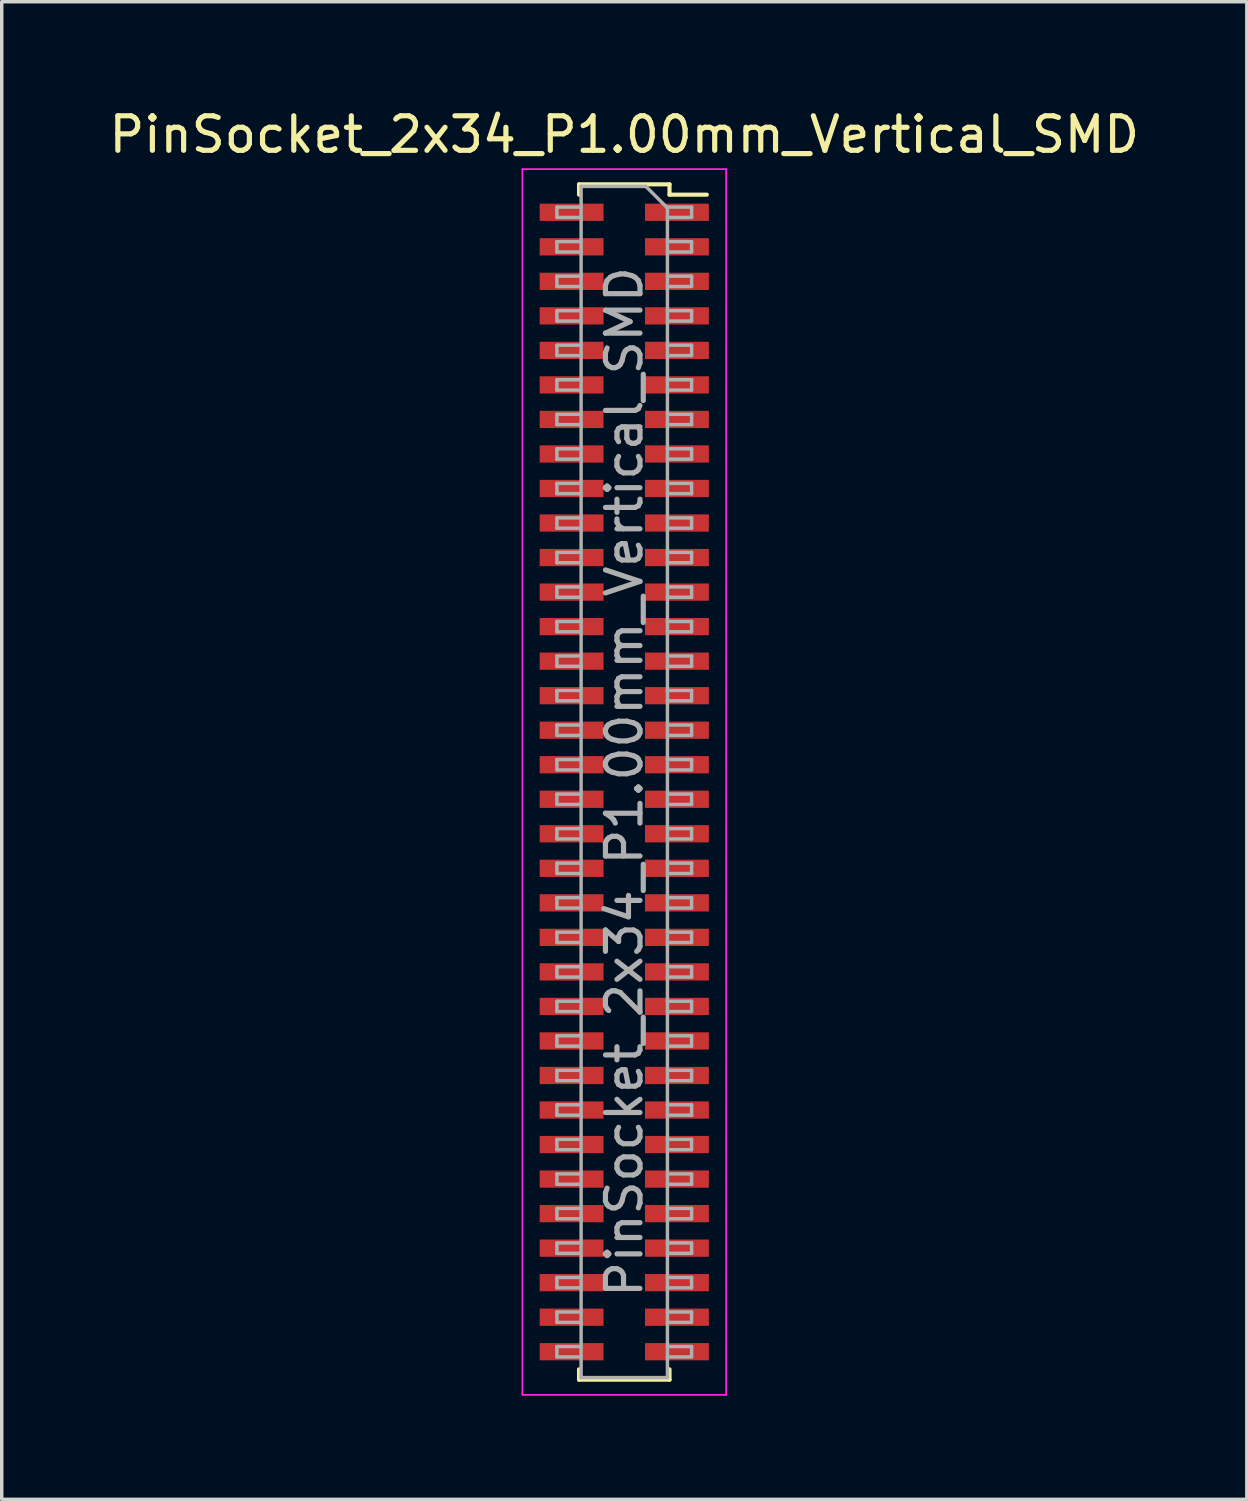
<source format=kicad_pcb>
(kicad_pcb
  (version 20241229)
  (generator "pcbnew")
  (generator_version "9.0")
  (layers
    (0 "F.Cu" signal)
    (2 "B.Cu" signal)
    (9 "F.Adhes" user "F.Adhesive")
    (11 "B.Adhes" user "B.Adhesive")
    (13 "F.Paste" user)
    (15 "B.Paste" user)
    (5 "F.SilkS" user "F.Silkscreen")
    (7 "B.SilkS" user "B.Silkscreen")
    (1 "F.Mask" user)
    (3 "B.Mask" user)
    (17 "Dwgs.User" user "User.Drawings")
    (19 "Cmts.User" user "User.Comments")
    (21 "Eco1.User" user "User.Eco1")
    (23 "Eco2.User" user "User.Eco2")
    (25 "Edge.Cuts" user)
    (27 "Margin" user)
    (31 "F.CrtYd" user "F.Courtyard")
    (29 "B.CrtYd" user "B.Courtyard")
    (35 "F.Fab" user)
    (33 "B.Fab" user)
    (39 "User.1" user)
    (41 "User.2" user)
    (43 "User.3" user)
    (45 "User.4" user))
  (footprint "PinSocket_2x34_P1.00mm_Vertical_SMD"
    (layer "F.Cu")
    (at 15.03 19.598)
    (property "Reference" "PinSocket_2x34_P1.00mm_Vertical_SMD" (at 0 -18.75 0) (layer "F.SilkS") (effects (font (size 1 1) (thickness 0.15))))
    (attr smd)
    (fp_line (start -1.31 -17.31) (end -1.31 -17.01) (stroke (width 0.12) (type solid)) (layer "F.SilkS"))
    (fp_line (start -1.31 -17.31) (end 1.31 -17.31) (stroke (width 0.12) (type solid)) (layer "F.SilkS"))
    (fp_line (start -1.31 17.01) (end -1.31 17.31) (stroke (width 0.12) (type solid)) (layer "F.SilkS"))
    (fp_line (start -1.31 17.31) (end 1.31 17.31) (stroke (width 0.12) (type solid)) (layer "F.SilkS"))
    (fp_line (start 1.31 -17.31) (end 1.31 -17.01) (stroke (width 0.12) (type solid)) (layer "F.SilkS"))
    (fp_line (start 1.31 -17.01) (end 2.39 -17.01) (stroke (width 0.12) (type solid)) (layer "F.SilkS"))
    (fp_line (start 1.31 17.01) (end 1.31 17.31) (stroke (width 0.12) (type solid)) (layer "F.SilkS"))
    (fp_line (start -2.95 -17.75) (end 2.95 -17.75) (stroke (width 0.05) (type solid)) (layer "F.CrtYd"))
    (fp_line (start -2.95 17.75) (end -2.95 -17.75) (stroke (width 0.05) (type solid)) (layer "F.CrtYd"))
    (fp_line (start 2.95 -17.75) (end 2.95 17.75) (stroke (width 0.05) (type solid)) (layer "F.CrtYd"))
    (fp_line (start 2.95 17.75) (end -2.95 17.75) (stroke (width 0.05) (type solid)) (layer "F.CrtYd"))
    (fp_line (start -1.95 -16.65) (end -1.25 -16.65) (stroke (width 0.1) (type solid)) (layer "F.Fab"))
    (fp_line (start -1.95 -16.35) (end -1.95 -16.65) (stroke (width 0.1) (type solid)) (layer "F.Fab"))
    (fp_line (start -1.95 -15.65) (end -1.25 -15.65) (stroke (width 0.1) (type solid)) (layer "F.Fab"))
    (fp_line (start -1.95 -15.35) (end -1.95 -15.65) (stroke (width 0.1) (type solid)) (layer "F.Fab"))
    (fp_line (start -1.95 -14.65) (end -1.25 -14.65) (stroke (width 0.1) (type solid)) (layer "F.Fab"))
    (fp_line (start -1.95 -14.35) (end -1.95 -14.65) (stroke (width 0.1) (type solid)) (layer "F.Fab"))
    (fp_line (start -1.95 -13.65) (end -1.25 -13.65) (stroke (width 0.1) (type solid)) (layer "F.Fab"))
    (fp_line (start -1.95 -13.35) (end -1.95 -13.65) (stroke (width 0.1) (type solid)) (layer "F.Fab"))
    (fp_line (start -1.95 -12.65) (end -1.25 -12.65) (stroke (width 0.1) (type solid)) (layer "F.Fab"))
    (fp_line (start -1.95 -12.35) (end -1.95 -12.65) (stroke (width 0.1) (type solid)) (layer "F.Fab"))
    (fp_line (start -1.95 -11.65) (end -1.25 -11.65) (stroke (width 0.1) (type solid)) (layer "F.Fab"))
    (fp_line (start -1.95 -11.35) (end -1.95 -11.65) (stroke (width 0.1) (type solid)) (layer "F.Fab"))
    (fp_line (start -1.95 -10.65) (end -1.25 -10.65) (stroke (width 0.1) (type solid)) (layer "F.Fab"))
    (fp_line (start -1.95 -10.35) (end -1.95 -10.65) (stroke (width 0.1) (type solid)) (layer "F.Fab"))
    (fp_line (start -1.95 -9.65) (end -1.25 -9.65) (stroke (width 0.1) (type solid)) (layer "F.Fab"))
    (fp_line (start -1.95 -9.35) (end -1.95 -9.65) (stroke (width 0.1) (type solid)) (layer "F.Fab"))
    (fp_line (start -1.95 -8.65) (end -1.25 -8.65) (stroke (width 0.1) (type solid)) (layer "F.Fab"))
    (fp_line (start -1.95 -8.35) (end -1.95 -8.65) (stroke (width 0.1) (type solid)) (layer "F.Fab"))
    (fp_line (start -1.95 -7.65) (end -1.25 -7.65) (stroke (width 0.1) (type solid)) (layer "F.Fab"))
    (fp_line (start -1.95 -7.35) (end -1.95 -7.65) (stroke (width 0.1) (type solid)) (layer "F.Fab"))
    (fp_line (start -1.95 -6.65) (end -1.25 -6.65) (stroke (width 0.1) (type solid)) (layer "F.Fab"))
    (fp_line (start -1.95 -6.35) (end -1.95 -6.65) (stroke (width 0.1) (type solid)) (layer "F.Fab"))
    (fp_line (start -1.95 -5.65) (end -1.25 -5.65) (stroke (width 0.1) (type solid)) (layer "F.Fab"))
    (fp_line (start -1.95 -5.35) (end -1.95 -5.65) (stroke (width 0.1) (type solid)) (layer "F.Fab"))
    (fp_line (start -1.95 -4.65) (end -1.25 -4.65) (stroke (width 0.1) (type solid)) (layer "F.Fab"))
    (fp_line (start -1.95 -4.35) (end -1.95 -4.65) (stroke (width 0.1) (type solid)) (layer "F.Fab"))
    (fp_line (start -1.95 -3.65) (end -1.25 -3.65) (stroke (width 0.1) (type solid)) (layer "F.Fab"))
    (fp_line (start -1.95 -3.35) (end -1.95 -3.65) (stroke (width 0.1) (type solid)) (layer "F.Fab"))
    (fp_line (start -1.95 -2.65) (end -1.25 -2.65) (stroke (width 0.1) (type solid)) (layer "F.Fab"))
    (fp_line (start -1.95 -2.35) (end -1.95 -2.65) (stroke (width 0.1) (type solid)) (layer "F.Fab"))
    (fp_line (start -1.95 -1.65) (end -1.25 -1.65) (stroke (width 0.1) (type solid)) (layer "F.Fab"))
    (fp_line (start -1.95 -1.35) (end -1.95 -1.65) (stroke (width 0.1) (type solid)) (layer "F.Fab"))
    (fp_line (start -1.95 -0.65) (end -1.25 -0.65) (stroke (width 0.1) (type solid)) (layer "F.Fab"))
    (fp_line (start -1.95 -0.35) (end -1.95 -0.65) (stroke (width 0.1) (type solid)) (layer "F.Fab"))
    (fp_line (start -1.95 0.35) (end -1.25 0.35) (stroke (width 0.1) (type solid)) (layer "F.Fab"))
    (fp_line (start -1.95 0.65) (end -1.95 0.35) (stroke (width 0.1) (type solid)) (layer "F.Fab"))
    (fp_line (start -1.95 1.35) (end -1.25 1.35) (stroke (width 0.1) (type solid)) (layer "F.Fab"))
    (fp_line (start -1.95 1.65) (end -1.95 1.35) (stroke (width 0.1) (type solid)) (layer "F.Fab"))
    (fp_line (start -1.95 2.35) (end -1.25 2.35) (stroke (width 0.1) (type solid)) (layer "F.Fab"))
    (fp_line (start -1.95 2.65) (end -1.95 2.35) (stroke (width 0.1) (type solid)) (layer "F.Fab"))
    (fp_line (start -1.95 3.35) (end -1.25 3.35) (stroke (width 0.1) (type solid)) (layer "F.Fab"))
    (fp_line (start -1.95 3.65) (end -1.95 3.35) (stroke (width 0.1) (type solid)) (layer "F.Fab"))
    (fp_line (start -1.95 4.35) (end -1.25 4.35) (stroke (width 0.1) (type solid)) (layer "F.Fab"))
    (fp_line (start -1.95 4.65) (end -1.95 4.35) (stroke (width 0.1) (type solid)) (layer "F.Fab"))
    (fp_line (start -1.95 5.35) (end -1.25 5.35) (stroke (width 0.1) (type solid)) (layer "F.Fab"))
    (fp_line (start -1.95 5.65) (end -1.95 5.35) (stroke (width 0.1) (type solid)) (layer "F.Fab"))
    (fp_line (start -1.95 6.35) (end -1.25 6.35) (stroke (width 0.1) (type solid)) (layer "F.Fab"))
    (fp_line (start -1.95 6.65) (end -1.95 6.35) (stroke (width 0.1) (type solid)) (layer "F.Fab"))
    (fp_line (start -1.95 7.35) (end -1.25 7.35) (stroke (width 0.1) (type solid)) (layer "F.Fab"))
    (fp_line (start -1.95 7.65) (end -1.95 7.35) (stroke (width 0.1) (type solid)) (layer "F.Fab"))
    (fp_line (start -1.95 8.35) (end -1.25 8.35) (stroke (width 0.1) (type solid)) (layer "F.Fab"))
    (fp_line (start -1.95 8.65) (end -1.95 8.35) (stroke (width 0.1) (type solid)) (layer "F.Fab"))
    (fp_line (start -1.95 9.35) (end -1.25 9.35) (stroke (width 0.1) (type solid)) (layer "F.Fab"))
    (fp_line (start -1.95 9.65) (end -1.95 9.35) (stroke (width 0.1) (type solid)) (layer "F.Fab"))
    (fp_line (start -1.95 10.35) (end -1.25 10.35) (stroke (width 0.1) (type solid)) (layer "F.Fab"))
    (fp_line (start -1.95 10.65) (end -1.95 10.35) (stroke (width 0.1) (type solid)) (layer "F.Fab"))
    (fp_line (start -1.95 11.35) (end -1.25 11.35) (stroke (width 0.1) (type solid)) (layer "F.Fab"))
    (fp_line (start -1.95 11.65) (end -1.95 11.35) (stroke (width 0.1) (type solid)) (layer "F.Fab"))
    (fp_line (start -1.95 12.35) (end -1.25 12.35) (stroke (width 0.1) (type solid)) (layer "F.Fab"))
    (fp_line (start -1.95 12.65) (end -1.95 12.35) (stroke (width 0.1) (type solid)) (layer "F.Fab"))
    (fp_line (start -1.95 13.35) (end -1.25 13.35) (stroke (width 0.1) (type solid)) (layer "F.Fab"))
    (fp_line (start -1.95 13.65) (end -1.95 13.35) (stroke (width 0.1) (type solid)) (layer "F.Fab"))
    (fp_line (start -1.95 14.35) (end -1.25 14.35) (stroke (width 0.1) (type solid)) (layer "F.Fab"))
    (fp_line (start -1.95 14.65) (end -1.95 14.35) (stroke (width 0.1) (type solid)) (layer "F.Fab"))
    (fp_line (start -1.95 15.35) (end -1.25 15.35) (stroke (width 0.1) (type solid)) (layer "F.Fab"))
    (fp_line (start -1.95 15.65) (end -1.95 15.35) (stroke (width 0.1) (type solid)) (layer "F.Fab"))
    (fp_line (start -1.95 16.35) (end -1.25 16.35) (stroke (width 0.1) (type solid)) (layer "F.Fab"))
    (fp_line (start -1.95 16.65) (end -1.95 16.35) (stroke (width 0.1) (type solid)) (layer "F.Fab"))
    (fp_line (start -1.25 -17.25) (end 0.625 -17.25) (stroke (width 0.1) (type solid)) (layer "F.Fab"))
    (fp_line (start -1.25 -16.35) (end -1.95 -16.35) (stroke (width 0.1) (type solid)) (layer "F.Fab"))
    (fp_line (start -1.25 -15.35) (end -1.95 -15.35) (stroke (width 0.1) (type solid)) (layer "F.Fab"))
    (fp_line (start -1.25 -14.35) (end -1.95 -14.35) (stroke (width 0.1) (type solid)) (layer "F.Fab"))
    (fp_line (start -1.25 -13.35) (end -1.95 -13.35) (stroke (width 0.1) (type solid)) (layer "F.Fab"))
    (fp_line (start -1.25 -12.35) (end -1.95 -12.35) (stroke (width 0.1) (type solid)) (layer "F.Fab"))
    (fp_line (start -1.25 -11.35) (end -1.95 -11.35) (stroke (width 0.1) (type solid)) (layer "F.Fab"))
    (fp_line (start -1.25 -10.35) (end -1.95 -10.35) (stroke (width 0.1) (type solid)) (layer "F.Fab"))
    (fp_line (start -1.25 -9.35) (end -1.95 -9.35) (stroke (width 0.1) (type solid)) (layer "F.Fab"))
    (fp_line (start -1.25 -8.35) (end -1.95 -8.35) (stroke (width 0.1) (type solid)) (layer "F.Fab"))
    (fp_line (start -1.25 -7.35) (end -1.95 -7.35) (stroke (width 0.1) (type solid)) (layer "F.Fab"))
    (fp_line (start -1.25 -6.35) (end -1.95 -6.35) (stroke (width 0.1) (type solid)) (layer "F.Fab"))
    (fp_line (start -1.25 -5.35) (end -1.95 -5.35) (stroke (width 0.1) (type solid)) (layer "F.Fab"))
    (fp_line (start -1.25 -4.35) (end -1.95 -4.35) (stroke (width 0.1) (type solid)) (layer "F.Fab"))
    (fp_line (start -1.25 -3.35) (end -1.95 -3.35) (stroke (width 0.1) (type solid)) (layer "F.Fab"))
    (fp_line (start -1.25 -2.35) (end -1.95 -2.35) (stroke (width 0.1) (type solid)) (layer "F.Fab"))
    (fp_line (start -1.25 -1.35) (end -1.95 -1.35) (stroke (width 0.1) (type solid)) (layer "F.Fab"))
    (fp_line (start -1.25 -0.35) (end -1.95 -0.35) (stroke (width 0.1) (type solid)) (layer "F.Fab"))
    (fp_line (start -1.25 0.65) (end -1.95 0.65) (stroke (width 0.1) (type solid)) (layer "F.Fab"))
    (fp_line (start -1.25 1.65) (end -1.95 1.65) (stroke (width 0.1) (type solid)) (layer "F.Fab"))
    (fp_line (start -1.25 2.65) (end -1.95 2.65) (stroke (width 0.1) (type solid)) (layer "F.Fab"))
    (fp_line (start -1.25 3.65) (end -1.95 3.65) (stroke (width 0.1) (type solid)) (layer "F.Fab"))
    (fp_line (start -1.25 4.65) (end -1.95 4.65) (stroke (width 0.1) (type solid)) (layer "F.Fab"))
    (fp_line (start -1.25 5.65) (end -1.95 5.65) (stroke (width 0.1) (type solid)) (layer "F.Fab"))
    (fp_line (start -1.25 6.65) (end -1.95 6.65) (stroke (width 0.1) (type solid)) (layer "F.Fab"))
    (fp_line (start -1.25 7.65) (end -1.95 7.65) (stroke (width 0.1) (type solid)) (layer "F.Fab"))
    (fp_line (start -1.25 8.65) (end -1.95 8.65) (stroke (width 0.1) (type solid)) (layer "F.Fab"))
    (fp_line (start -1.25 9.65) (end -1.95 9.65) (stroke (width 0.1) (type solid)) (layer "F.Fab"))
    (fp_line (start -1.25 10.65) (end -1.95 10.65) (stroke (width 0.1) (type solid)) (layer "F.Fab"))
    (fp_line (start -1.25 11.65) (end -1.95 11.65) (stroke (width 0.1) (type solid)) (layer "F.Fab"))
    (fp_line (start -1.25 12.65) (end -1.95 12.65) (stroke (width 0.1) (type solid)) (layer "F.Fab"))
    (fp_line (start -1.25 13.65) (end -1.95 13.65) (stroke (width 0.1) (type solid)) (layer "F.Fab"))
    (fp_line (start -1.25 14.65) (end -1.95 14.65) (stroke (width 0.1) (type solid)) (layer "F.Fab"))
    (fp_line (start -1.25 15.65) (end -1.95 15.65) (stroke (width 0.1) (type solid)) (layer "F.Fab"))
    (fp_line (start -1.25 16.65) (end -1.95 16.65) (stroke (width 0.1) (type solid)) (layer "F.Fab"))
    (fp_line (start -1.25 17.25) (end -1.25 -17.25) (stroke (width 0.1) (type solid)) (layer "F.Fab"))
    (fp_line (start 0.625 -17.25) (end 1.25 -16.625) (stroke (width 0.1) (type solid)) (layer "F.Fab"))
    (fp_line (start 1.25 -16.65) (end 1.95 -16.65) (stroke (width 0.1) (type solid)) (layer "F.Fab"))
    (fp_line (start 1.25 -16.625) (end 1.25 17.25) (stroke (width 0.1) (type solid)) (layer "F.Fab"))
    (fp_line (start 1.25 -15.65) (end 1.95 -15.65) (stroke (width 0.1) (type solid)) (layer "F.Fab"))
    (fp_line (start 1.25 -14.65) (end 1.95 -14.65) (stroke (width 0.1) (type solid)) (layer "F.Fab"))
    (fp_line (start 1.25 -13.65) (end 1.95 -13.65) (stroke (width 0.1) (type solid)) (layer "F.Fab"))
    (fp_line (start 1.25 -12.65) (end 1.95 -12.65) (stroke (width 0.1) (type solid)) (layer "F.Fab"))
    (fp_line (start 1.25 -11.65) (end 1.95 -11.65) (stroke (width 0.1) (type solid)) (layer "F.Fab"))
    (fp_line (start 1.25 -10.65) (end 1.95 -10.65) (stroke (width 0.1) (type solid)) (layer "F.Fab"))
    (fp_line (start 1.25 -9.65) (end 1.95 -9.65) (stroke (width 0.1) (type solid)) (layer "F.Fab"))
    (fp_line (start 1.25 -8.65) (end 1.95 -8.65) (stroke (width 0.1) (type solid)) (layer "F.Fab"))
    (fp_line (start 1.25 -7.65) (end 1.95 -7.65) (stroke (width 0.1) (type solid)) (layer "F.Fab"))
    (fp_line (start 1.25 -6.65) (end 1.95 -6.65) (stroke (width 0.1) (type solid)) (layer "F.Fab"))
    (fp_line (start 1.25 -5.65) (end 1.95 -5.65) (stroke (width 0.1) (type solid)) (layer "F.Fab"))
    (fp_line (start 1.25 -4.65) (end 1.95 -4.65) (stroke (width 0.1) (type solid)) (layer "F.Fab"))
    (fp_line (start 1.25 -3.65) (end 1.95 -3.65) (stroke (width 0.1) (type solid)) (layer "F.Fab"))
    (fp_line (start 1.25 -2.65) (end 1.95 -2.65) (stroke (width 0.1) (type solid)) (layer "F.Fab"))
    (fp_line (start 1.25 -1.65) (end 1.95 -1.65) (stroke (width 0.1) (type solid)) (layer "F.Fab"))
    (fp_line (start 1.25 -0.65) (end 1.95 -0.65) (stroke (width 0.1) (type solid)) (layer "F.Fab"))
    (fp_line (start 1.25 0.35) (end 1.95 0.35) (stroke (width 0.1) (type solid)) (layer "F.Fab"))
    (fp_line (start 1.25 1.35) (end 1.95 1.35) (stroke (width 0.1) (type solid)) (layer "F.Fab"))
    (fp_line (start 1.25 2.35) (end 1.95 2.35) (stroke (width 0.1) (type solid)) (layer "F.Fab"))
    (fp_line (start 1.25 3.35) (end 1.95 3.35) (stroke (width 0.1) (type solid)) (layer "F.Fab"))
    (fp_line (start 1.25 4.35) (end 1.95 4.35) (stroke (width 0.1) (type solid)) (layer "F.Fab"))
    (fp_line (start 1.25 5.35) (end 1.95 5.35) (stroke (width 0.1) (type solid)) (layer "F.Fab"))
    (fp_line (start 1.25 6.35) (end 1.95 6.35) (stroke (width 0.1) (type solid)) (layer "F.Fab"))
    (fp_line (start 1.25 7.35) (end 1.95 7.35) (stroke (width 0.1) (type solid)) (layer "F.Fab"))
    (fp_line (start 1.25 8.35) (end 1.95 8.35) (stroke (width 0.1) (type solid)) (layer "F.Fab"))
    (fp_line (start 1.25 9.35) (end 1.95 9.35) (stroke (width 0.1) (type solid)) (layer "F.Fab"))
    (fp_line (start 1.25 10.35) (end 1.95 10.35) (stroke (width 0.1) (type solid)) (layer "F.Fab"))
    (fp_line (start 1.25 11.35) (end 1.95 11.35) (stroke (width 0.1) (type solid)) (layer "F.Fab"))
    (fp_line (start 1.25 12.35) (end 1.95 12.35) (stroke (width 0.1) (type solid)) (layer "F.Fab"))
    (fp_line (start 1.25 13.35) (end 1.95 13.35) (stroke (width 0.1) (type solid)) (layer "F.Fab"))
    (fp_line (start 1.25 14.35) (end 1.95 14.35) (stroke (width 0.1) (type solid)) (layer "F.Fab"))
    (fp_line (start 1.25 15.35) (end 1.95 15.35) (stroke (width 0.1) (type solid)) (layer "F.Fab"))
    (fp_line (start 1.25 16.35) (end 1.95 16.35) (stroke (width 0.1) (type solid)) (layer "F.Fab"))
    (fp_line (start 1.25 17.25) (end -1.25 17.25) (stroke (width 0.1) (type solid)) (layer "F.Fab"))
    (fp_line (start 1.95 -16.65) (end 1.95 -16.35) (stroke (width 0.1) (type solid)) (layer "F.Fab"))
    (fp_line (start 1.95 -16.35) (end 1.25 -16.35) (stroke (width 0.1) (type solid)) (layer "F.Fab"))
    (fp_line (start 1.95 -15.65) (end 1.95 -15.35) (stroke (width 0.1) (type solid)) (layer "F.Fab"))
    (fp_line (start 1.95 -15.35) (end 1.25 -15.35) (stroke (width 0.1) (type solid)) (layer "F.Fab"))
    (fp_line (start 1.95 -14.65) (end 1.95 -14.35) (stroke (width 0.1) (type solid)) (layer "F.Fab"))
    (fp_line (start 1.95 -14.35) (end 1.25 -14.35) (stroke (width 0.1) (type solid)) (layer "F.Fab"))
    (fp_line (start 1.95 -13.65) (end 1.95 -13.35) (stroke (width 0.1) (type solid)) (layer "F.Fab"))
    (fp_line (start 1.95 -13.35) (end 1.25 -13.35) (stroke (width 0.1) (type solid)) (layer "F.Fab"))
    (fp_line (start 1.95 -12.65) (end 1.95 -12.35) (stroke (width 0.1) (type solid)) (layer "F.Fab"))
    (fp_line (start 1.95 -12.35) (end 1.25 -12.35) (stroke (width 0.1) (type solid)) (layer "F.Fab"))
    (fp_line (start 1.95 -11.65) (end 1.95 -11.35) (stroke (width 0.1) (type solid)) (layer "F.Fab"))
    (fp_line (start 1.95 -11.35) (end 1.25 -11.35) (stroke (width 0.1) (type solid)) (layer "F.Fab"))
    (fp_line (start 1.95 -10.65) (end 1.95 -10.35) (stroke (width 0.1) (type solid)) (layer "F.Fab"))
    (fp_line (start 1.95 -10.35) (end 1.25 -10.35) (stroke (width 0.1) (type solid)) (layer "F.Fab"))
    (fp_line (start 1.95 -9.65) (end 1.95 -9.35) (stroke (width 0.1) (type solid)) (layer "F.Fab"))
    (fp_line (start 1.95 -9.35) (end 1.25 -9.35) (stroke (width 0.1) (type solid)) (layer "F.Fab"))
    (fp_line (start 1.95 -8.65) (end 1.95 -8.35) (stroke (width 0.1) (type solid)) (layer "F.Fab"))
    (fp_line (start 1.95 -8.35) (end 1.25 -8.35) (stroke (width 0.1) (type solid)) (layer "F.Fab"))
    (fp_line (start 1.95 -7.65) (end 1.95 -7.35) (stroke (width 0.1) (type solid)) (layer "F.Fab"))
    (fp_line (start 1.95 -7.35) (end 1.25 -7.35) (stroke (width 0.1) (type solid)) (layer "F.Fab"))
    (fp_line (start 1.95 -6.65) (end 1.95 -6.35) (stroke (width 0.1) (type solid)) (layer "F.Fab"))
    (fp_line (start 1.95 -6.35) (end 1.25 -6.35) (stroke (width 0.1) (type solid)) (layer "F.Fab"))
    (fp_line (start 1.95 -5.65) (end 1.95 -5.35) (stroke (width 0.1) (type solid)) (layer "F.Fab"))
    (fp_line (start 1.95 -5.35) (end 1.25 -5.35) (stroke (width 0.1) (type solid)) (layer "F.Fab"))
    (fp_line (start 1.95 -4.65) (end 1.95 -4.35) (stroke (width 0.1) (type solid)) (layer "F.Fab"))
    (fp_line (start 1.95 -4.35) (end 1.25 -4.35) (stroke (width 0.1) (type solid)) (layer "F.Fab"))
    (fp_line (start 1.95 -3.65) (end 1.95 -3.35) (stroke (width 0.1) (type solid)) (layer "F.Fab"))
    (fp_line (start 1.95 -3.35) (end 1.25 -3.35) (stroke (width 0.1) (type solid)) (layer "F.Fab"))
    (fp_line (start 1.95 -2.65) (end 1.95 -2.35) (stroke (width 0.1) (type solid)) (layer "F.Fab"))
    (fp_line (start 1.95 -2.35) (end 1.25 -2.35) (stroke (width 0.1) (type solid)) (layer "F.Fab"))
    (fp_line (start 1.95 -1.65) (end 1.95 -1.35) (stroke (width 0.1) (type solid)) (layer "F.Fab"))
    (fp_line (start 1.95 -1.35) (end 1.25 -1.35) (stroke (width 0.1) (type solid)) (layer "F.Fab"))
    (fp_line (start 1.95 -0.65) (end 1.95 -0.35) (stroke (width 0.1) (type solid)) (layer "F.Fab"))
    (fp_line (start 1.95 -0.35) (end 1.25 -0.35) (stroke (width 0.1) (type solid)) (layer "F.Fab"))
    (fp_line (start 1.95 0.35) (end 1.95 0.65) (stroke (width 0.1) (type solid)) (layer "F.Fab"))
    (fp_line (start 1.95 0.65) (end 1.25 0.65) (stroke (width 0.1) (type solid)) (layer "F.Fab"))
    (fp_line (start 1.95 1.35) (end 1.95 1.65) (stroke (width 0.1) (type solid)) (layer "F.Fab"))
    (fp_line (start 1.95 1.65) (end 1.25 1.65) (stroke (width 0.1) (type solid)) (layer "F.Fab"))
    (fp_line (start 1.95 2.35) (end 1.95 2.65) (stroke (width 0.1) (type solid)) (layer "F.Fab"))
    (fp_line (start 1.95 2.65) (end 1.25 2.65) (stroke (width 0.1) (type solid)) (layer "F.Fab"))
    (fp_line (start 1.95 3.35) (end 1.95 3.65) (stroke (width 0.1) (type solid)) (layer "F.Fab"))
    (fp_line (start 1.95 3.65) (end 1.25 3.65) (stroke (width 0.1) (type solid)) (layer "F.Fab"))
    (fp_line (start 1.95 4.35) (end 1.95 4.65) (stroke (width 0.1) (type solid)) (layer "F.Fab"))
    (fp_line (start 1.95 4.65) (end 1.25 4.65) (stroke (width 0.1) (type solid)) (layer "F.Fab"))
    (fp_line (start 1.95 5.35) (end 1.95 5.65) (stroke (width 0.1) (type solid)) (layer "F.Fab"))
    (fp_line (start 1.95 5.65) (end 1.25 5.65) (stroke (width 0.1) (type solid)) (layer "F.Fab"))
    (fp_line (start 1.95 6.35) (end 1.95 6.65) (stroke (width 0.1) (type solid)) (layer "F.Fab"))
    (fp_line (start 1.95 6.65) (end 1.25 6.65) (stroke (width 0.1) (type solid)) (layer "F.Fab"))
    (fp_line (start 1.95 7.35) (end 1.95 7.65) (stroke (width 0.1) (type solid)) (layer "F.Fab"))
    (fp_line (start 1.95 7.65) (end 1.25 7.65) (stroke (width 0.1) (type solid)) (layer "F.Fab"))
    (fp_line (start 1.95 8.35) (end 1.95 8.65) (stroke (width 0.1) (type solid)) (layer "F.Fab"))
    (fp_line (start 1.95 8.65) (end 1.25 8.65) (stroke (width 0.1) (type solid)) (layer "F.Fab"))
    (fp_line (start 1.95 9.35) (end 1.95 9.65) (stroke (width 0.1) (type solid)) (layer "F.Fab"))
    (fp_line (start 1.95 9.65) (end 1.25 9.65) (stroke (width 0.1) (type solid)) (layer "F.Fab"))
    (fp_line (start 1.95 10.35) (end 1.95 10.65) (stroke (width 0.1) (type solid)) (layer "F.Fab"))
    (fp_line (start 1.95 10.65) (end 1.25 10.65) (stroke (width 0.1) (type solid)) (layer "F.Fab"))
    (fp_line (start 1.95 11.35) (end 1.95 11.65) (stroke (width 0.1) (type solid)) (layer "F.Fab"))
    (fp_line (start 1.95 11.65) (end 1.25 11.65) (stroke (width 0.1) (type solid)) (layer "F.Fab"))
    (fp_line (start 1.95 12.35) (end 1.95 12.65) (stroke (width 0.1) (type solid)) (layer "F.Fab"))
    (fp_line (start 1.95 12.65) (end 1.25 12.65) (stroke (width 0.1) (type solid)) (layer "F.Fab"))
    (fp_line (start 1.95 13.35) (end 1.95 13.65) (stroke (width 0.1) (type solid)) (layer "F.Fab"))
    (fp_line (start 1.95 13.65) (end 1.25 13.65) (stroke (width 0.1) (type solid)) (layer "F.Fab"))
    (fp_line (start 1.95 14.35) (end 1.95 14.65) (stroke (width 0.1) (type solid)) (layer "F.Fab"))
    (fp_line (start 1.95 14.65) (end 1.25 14.65) (stroke (width 0.1) (type solid)) (layer "F.Fab"))
    (fp_line (start 1.95 15.35) (end 1.95 15.65) (stroke (width 0.1) (type solid)) (layer "F.Fab"))
    (fp_line (start 1.95 15.65) (end 1.25 15.65) (stroke (width 0.1) (type solid)) (layer "F.Fab"))
    (fp_line (start 1.95 16.35) (end 1.95 16.65) (stroke (width 0.1) (type solid)) (layer "F.Fab"))
    (fp_line (start 1.95 16.65) (end 1.25 16.65) (stroke (width 0.1) (type solid)) (layer "F.Fab"))
    (fp_text user "${REFERENCE}" (at 0 0 90) (layer "F.Fab") (effects (font (size 1 1) (thickness 0.15))))
    (pad "1" smd rect (at 1.525 -16.5) (size 1.85 0.5) (layers "F.Cu" "F.Mask" "F.Paste"))
    (pad "2" smd rect (at -1.525 -16.5) (size 1.85 0.5) (layers "F.Cu" "F.Mask" "F.Paste"))
    (pad "3" smd rect (at 1.525 -15.5) (size 1.85 0.5) (layers "F.Cu" "F.Mask" "F.Paste"))
    (pad "4" smd rect (at -1.525 -15.5) (size 1.85 0.5) (layers "F.Cu" "F.Mask" "F.Paste"))
    (pad "5" smd rect (at 1.525 -14.5) (size 1.85 0.5) (layers "F.Cu" "F.Mask" "F.Paste"))
    (pad "6" smd rect (at -1.525 -14.5) (size 1.85 0.5) (layers "F.Cu" "F.Mask" "F.Paste"))
    (pad "7" smd rect (at 1.525 -13.5) (size 1.85 0.5) (layers "F.Cu" "F.Mask" "F.Paste"))
    (pad "8" smd rect (at -1.525 -13.5) (size 1.85 0.5) (layers "F.Cu" "F.Mask" "F.Paste"))
    (pad "9" smd rect (at 1.525 -12.5) (size 1.85 0.5) (layers "F.Cu" "F.Mask" "F.Paste"))
    (pad "10" smd rect (at -1.525 -12.5) (size 1.85 0.5) (layers "F.Cu" "F.Mask" "F.Paste"))
    (pad "11" smd rect (at 1.525 -11.5) (size 1.85 0.5) (layers "F.Cu" "F.Mask" "F.Paste"))
    (pad "12" smd rect (at -1.525 -11.5) (size 1.85 0.5) (layers "F.Cu" "F.Mask" "F.Paste"))
    (pad "13" smd rect (at 1.525 -10.5) (size 1.85 0.5) (layers "F.Cu" "F.Mask" "F.Paste"))
    (pad "14" smd rect (at -1.525 -10.5) (size 1.85 0.5) (layers "F.Cu" "F.Mask" "F.Paste"))
    (pad "15" smd rect (at 1.525 -9.5) (size 1.85 0.5) (layers "F.Cu" "F.Mask" "F.Paste"))
    (pad "16" smd rect (at -1.525 -9.5) (size 1.85 0.5) (layers "F.Cu" "F.Mask" "F.Paste"))
    (pad "17" smd rect (at 1.525 -8.5) (size 1.85 0.5) (layers "F.Cu" "F.Mask" "F.Paste"))
    (pad "18" smd rect (at -1.525 -8.5) (size 1.85 0.5) (layers "F.Cu" "F.Mask" "F.Paste"))
    (pad "19" smd rect (at 1.525 -7.5) (size 1.85 0.5) (layers "F.Cu" "F.Mask" "F.Paste"))
    (pad "20" smd rect (at -1.525 -7.5) (size 1.85 0.5) (layers "F.Cu" "F.Mask" "F.Paste"))
    (pad "21" smd rect (at 1.525 -6.5) (size 1.85 0.5) (layers "F.Cu" "F.Mask" "F.Paste"))
    (pad "22" smd rect (at -1.525 -6.5) (size 1.85 0.5) (layers "F.Cu" "F.Mask" "F.Paste"))
    (pad "23" smd rect (at 1.525 -5.5) (size 1.85 0.5) (layers "F.Cu" "F.Mask" "F.Paste"))
    (pad "24" smd rect (at -1.525 -5.5) (size 1.85 0.5) (layers "F.Cu" "F.Mask" "F.Paste"))
    (pad "25" smd rect (at 1.525 -4.5) (size 1.85 0.5) (layers "F.Cu" "F.Mask" "F.Paste"))
    (pad "26" smd rect (at -1.525 -4.5) (size 1.85 0.5) (layers "F.Cu" "F.Mask" "F.Paste"))
    (pad "27" smd rect (at 1.525 -3.5) (size 1.85 0.5) (layers "F.Cu" "F.Mask" "F.Paste"))
    (pad "28" smd rect (at -1.525 -3.5) (size 1.85 0.5) (layers "F.Cu" "F.Mask" "F.Paste"))
    (pad "29" smd rect (at 1.525 -2.5) (size 1.85 0.5) (layers "F.Cu" "F.Mask" "F.Paste"))
    (pad "30" smd rect (at -1.525 -2.5) (size 1.85 0.5) (layers "F.Cu" "F.Mask" "F.Paste"))
    (pad "31" smd rect (at 1.525 -1.5) (size 1.85 0.5) (layers "F.Cu" "F.Mask" "F.Paste"))
    (pad "32" smd rect (at -1.525 -1.5) (size 1.85 0.5) (layers "F.Cu" "F.Mask" "F.Paste"))
    (pad "33" smd rect (at 1.525 -0.5) (size 1.85 0.5) (layers "F.Cu" "F.Mask" "F.Paste"))
    (pad "34" smd rect (at -1.525 -0.5) (size 1.85 0.5) (layers "F.Cu" "F.Mask" "F.Paste"))
    (pad "35" smd rect (at 1.525 0.5) (size 1.85 0.5) (layers "F.Cu" "F.Mask" "F.Paste"))
    (pad "36" smd rect (at -1.525 0.5) (size 1.85 0.5) (layers "F.Cu" "F.Mask" "F.Paste"))
    (pad "37" smd rect (at 1.525 1.5) (size 1.85 0.5) (layers "F.Cu" "F.Mask" "F.Paste"))
    (pad "38" smd rect (at -1.525 1.5) (size 1.85 0.5) (layers "F.Cu" "F.Mask" "F.Paste"))
    (pad "39" smd rect (at 1.525 2.5) (size 1.85 0.5) (layers "F.Cu" "F.Mask" "F.Paste"))
    (pad "40" smd rect (at -1.525 2.5) (size 1.85 0.5) (layers "F.Cu" "F.Mask" "F.Paste"))
    (pad "41" smd rect (at 1.525 3.5) (size 1.85 0.5) (layers "F.Cu" "F.Mask" "F.Paste"))
    (pad "42" smd rect (at -1.525 3.5) (size 1.85 0.5) (layers "F.Cu" "F.Mask" "F.Paste"))
    (pad "43" smd rect (at 1.525 4.5) (size 1.85 0.5) (layers "F.Cu" "F.Mask" "F.Paste"))
    (pad "44" smd rect (at -1.525 4.5) (size 1.85 0.5) (layers "F.Cu" "F.Mask" "F.Paste"))
    (pad "45" smd rect (at 1.525 5.5) (size 1.85 0.5) (layers "F.Cu" "F.Mask" "F.Paste"))
    (pad "46" smd rect (at -1.525 5.5) (size 1.85 0.5) (layers "F.Cu" "F.Mask" "F.Paste"))
    (pad "47" smd rect (at 1.525 6.5) (size 1.85 0.5) (layers "F.Cu" "F.Mask" "F.Paste"))
    (pad "48" smd rect (at -1.525 6.5) (size 1.85 0.5) (layers "F.Cu" "F.Mask" "F.Paste"))
    (pad "49" smd rect (at 1.525 7.5) (size 1.85 0.5) (layers "F.Cu" "F.Mask" "F.Paste"))
    (pad "50" smd rect (at -1.525 7.5) (size 1.85 0.5) (layers "F.Cu" "F.Mask" "F.Paste"))
    (pad "51" smd rect (at 1.525 8.5) (size 1.85 0.5) (layers "F.Cu" "F.Mask" "F.Paste"))
    (pad "52" smd rect (at -1.525 8.5) (size 1.85 0.5) (layers "F.Cu" "F.Mask" "F.Paste"))
    (pad "53" smd rect (at 1.525 9.5) (size 1.85 0.5) (layers "F.Cu" "F.Mask" "F.Paste"))
    (pad "54" smd rect (at -1.525 9.5) (size 1.85 0.5) (layers "F.Cu" "F.Mask" "F.Paste"))
    (pad "55" smd rect (at 1.525 10.5) (size 1.85 0.5) (layers "F.Cu" "F.Mask" "F.Paste"))
    (pad "56" smd rect (at -1.525 10.5) (size 1.85 0.5) (layers "F.Cu" "F.Mask" "F.Paste"))
    (pad "57" smd rect (at 1.525 11.5) (size 1.85 0.5) (layers "F.Cu" "F.Mask" "F.Paste"))
    (pad "58" smd rect (at -1.525 11.5) (size 1.85 0.5) (layers "F.Cu" "F.Mask" "F.Paste"))
    (pad "59" smd rect (at 1.525 12.5) (size 1.85 0.5) (layers "F.Cu" "F.Mask" "F.Paste"))
    (pad "60" smd rect (at -1.525 12.5) (size 1.85 0.5) (layers "F.Cu" "F.Mask" "F.Paste"))
    (pad "61" smd rect (at 1.525 13.5) (size 1.85 0.5) (layers "F.Cu" "F.Mask" "F.Paste"))
    (pad "62" smd rect (at -1.525 13.5) (size 1.85 0.5) (layers "F.Cu" "F.Mask" "F.Paste"))
    (pad "63" smd rect (at 1.525 14.5) (size 1.85 0.5) (layers "F.Cu" "F.Mask" "F.Paste"))
    (pad "64" smd rect (at -1.525 14.5) (size 1.85 0.5) (layers "F.Cu" "F.Mask" "F.Paste"))
    (pad "65" smd rect (at 1.525 15.5) (size 1.85 0.5) (layers "F.Cu" "F.Mask" "F.Paste"))
    (pad "66" smd rect (at -1.525 15.5) (size 1.85 0.5) (layers "F.Cu" "F.Mask" "F.Paste"))
    (pad "67" smd rect (at 1.525 16.5) (size 1.85 0.5) (layers "F.Cu" "F.Mask" "F.Paste"))
    (pad "68" smd rect (at -1.525 16.5) (size 1.85 0.5) (layers "F.Cu" "F.Mask" "F.Paste")))
  (gr_rect
    (start -3 -3)
    (end 33.06 40.373)
    (stroke (width 0.1) (type default))
    (fill no)
    (layer "Edge.Cuts")))
</source>
